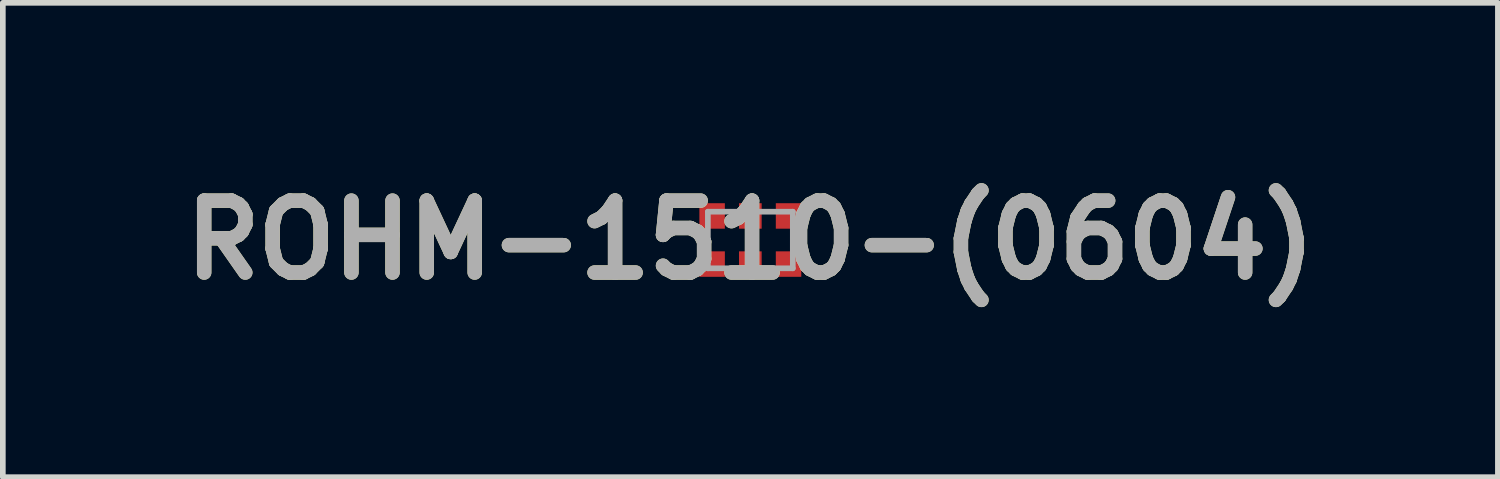
<source format=kicad_pcb>
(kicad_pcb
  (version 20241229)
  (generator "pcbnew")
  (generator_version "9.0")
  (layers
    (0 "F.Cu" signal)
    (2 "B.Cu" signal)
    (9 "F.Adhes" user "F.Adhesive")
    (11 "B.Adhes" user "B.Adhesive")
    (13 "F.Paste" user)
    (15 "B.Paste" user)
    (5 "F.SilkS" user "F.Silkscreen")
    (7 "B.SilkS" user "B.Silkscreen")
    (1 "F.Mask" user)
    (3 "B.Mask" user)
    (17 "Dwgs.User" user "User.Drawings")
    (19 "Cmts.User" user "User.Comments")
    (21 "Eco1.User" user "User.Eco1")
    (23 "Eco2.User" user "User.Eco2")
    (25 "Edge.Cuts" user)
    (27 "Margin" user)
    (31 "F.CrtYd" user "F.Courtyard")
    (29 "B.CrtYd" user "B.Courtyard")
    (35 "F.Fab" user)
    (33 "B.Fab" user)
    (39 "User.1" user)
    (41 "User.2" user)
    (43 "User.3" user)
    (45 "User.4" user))
  (footprint "ROHM-1510-(0604)"
    (layer "F.Cu")
    (at 10.202 1.189)
    (property "Reference" "ROHM-1510-(0604)" (at 0 0 0) (layer "F.SilkS") (effects (font (size 1.27 1.27) (thickness 0.254))))
    (attr smd)
    (fp_line (start -0.75 -0.5) (end 0.75 -0.5) (stroke (width 0.1) (type solid)) (layer "F.Fab"))
    (fp_line (start -0.75 0.5) (end -0.75 -0.5) (stroke (width 0.1) (type solid)) (layer "F.Fab"))
    (fp_line (start 0.75 -0.5) (end 0.75 0.5) (stroke (width 0.1) (type solid)) (layer "F.Fab"))
    (fp_line (start 0.75 0.5) (end -0.75 0.5) (stroke (width 0.1) (type solid)) (layer "F.Fab"))
    (fp_text user "${REFERENCE}" (at 0 0 0) (layer "F.Fab") (effects (font (size 1.27 1.27) (thickness 0.254))))
    (pad "1" smd rect (at -0.675 0.425) (size 0.45 0.45) (layers "F.Cu" "F.Mask" "F.Paste"))
    (pad "2" smd rect (at 0 0.425) (size 0.4 0.45) (layers "F.Cu" "F.Mask" "F.Paste"))
    (pad "3" smd rect (at 0.675 0.425) (size 0.45 0.45) (layers "F.Cu" "F.Mask" "F.Paste"))
    (pad "4" smd rect (at 0.675 -0.425) (size 0.45 0.45) (layers "F.Cu" "F.Mask" "F.Paste"))
    (pad "5" smd rect (at 0 -0.425) (size 0.4 0.45) (layers "F.Cu" "F.Mask" "F.Paste"))
    (pad "6" smd rect (at -0.675 -0.425) (size 0.45 0.45) (layers "F.Cu" "F.Mask" "F.Paste")))
  (gr_rect
    (start -3 -3)
    (end 23.405 5.377)
    (stroke (width 0.1) (type default))
    (fill no)
    (layer "Edge.Cuts")))
</source>
